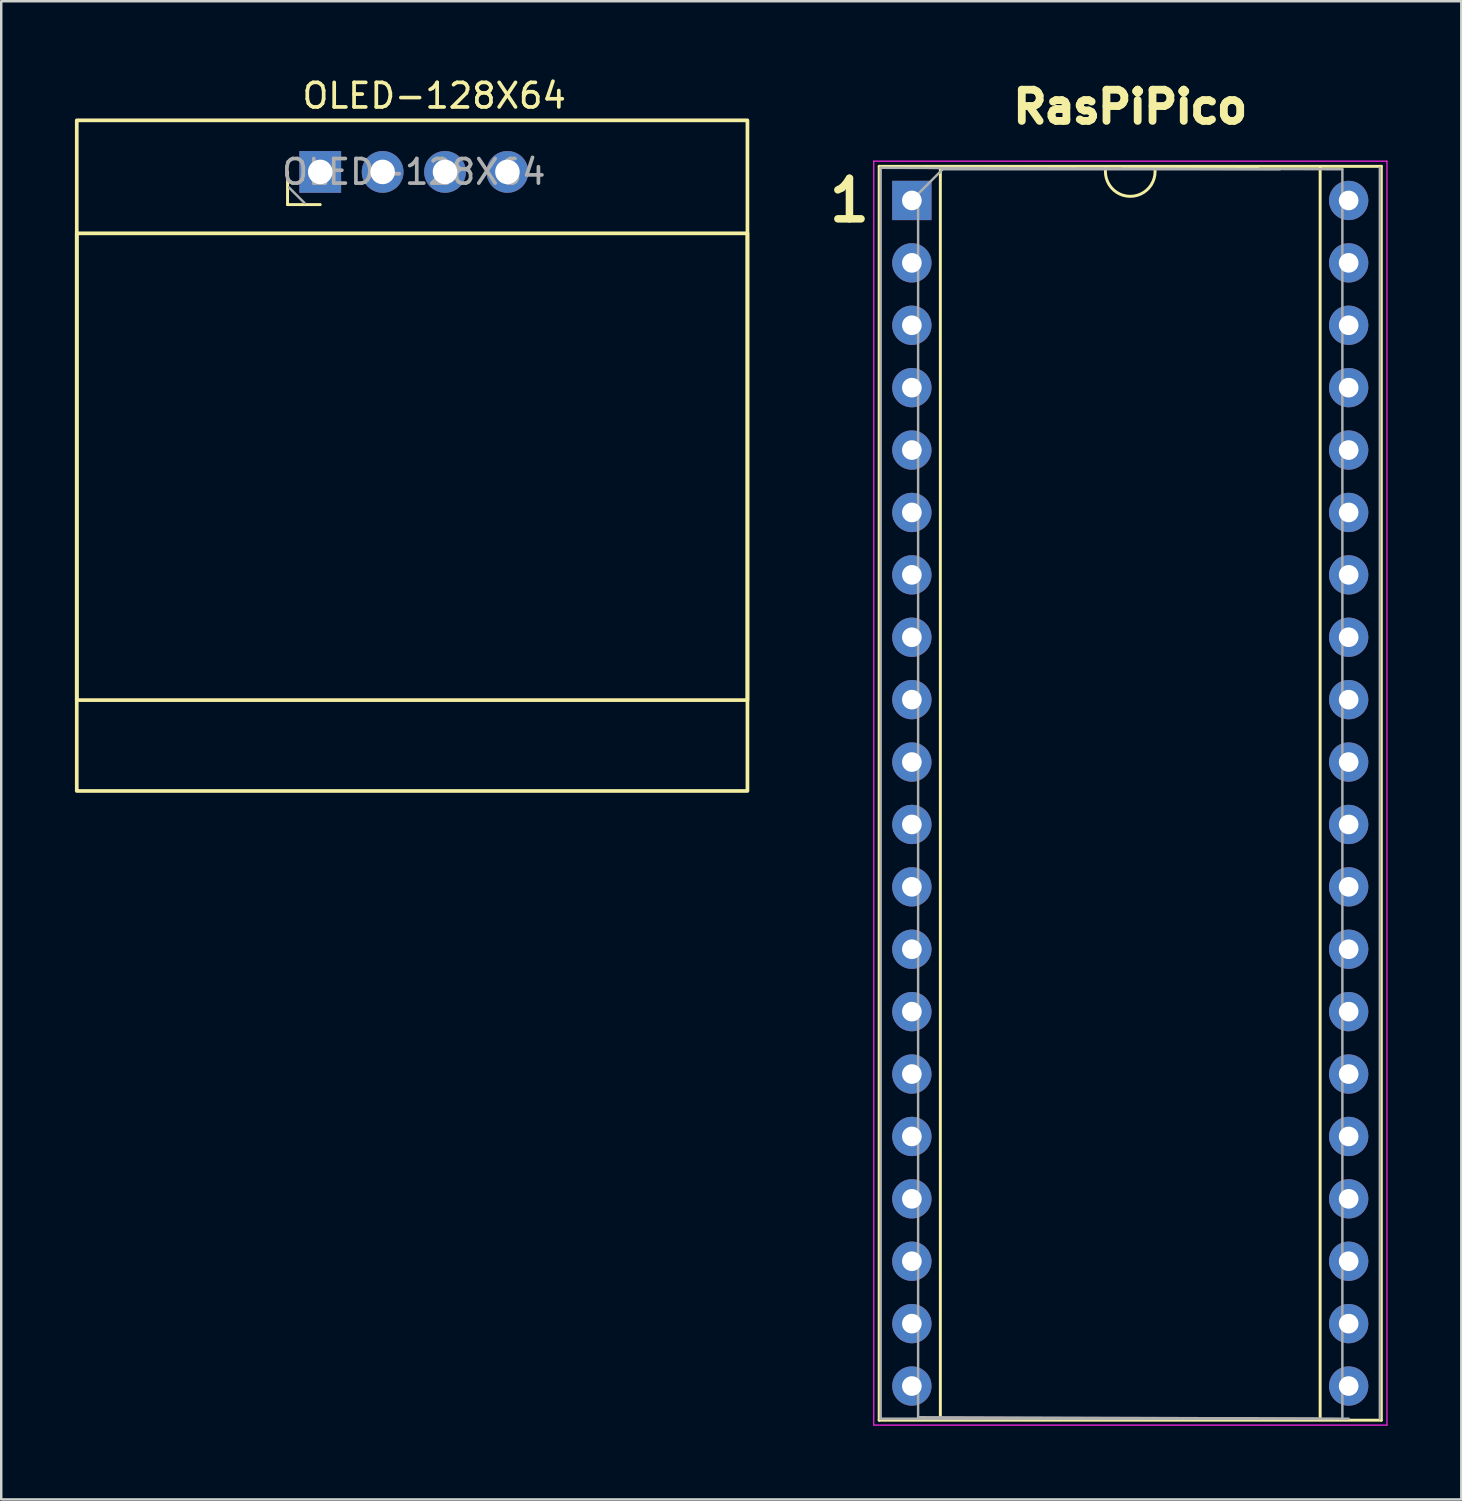
<source format=kicad_pcb>
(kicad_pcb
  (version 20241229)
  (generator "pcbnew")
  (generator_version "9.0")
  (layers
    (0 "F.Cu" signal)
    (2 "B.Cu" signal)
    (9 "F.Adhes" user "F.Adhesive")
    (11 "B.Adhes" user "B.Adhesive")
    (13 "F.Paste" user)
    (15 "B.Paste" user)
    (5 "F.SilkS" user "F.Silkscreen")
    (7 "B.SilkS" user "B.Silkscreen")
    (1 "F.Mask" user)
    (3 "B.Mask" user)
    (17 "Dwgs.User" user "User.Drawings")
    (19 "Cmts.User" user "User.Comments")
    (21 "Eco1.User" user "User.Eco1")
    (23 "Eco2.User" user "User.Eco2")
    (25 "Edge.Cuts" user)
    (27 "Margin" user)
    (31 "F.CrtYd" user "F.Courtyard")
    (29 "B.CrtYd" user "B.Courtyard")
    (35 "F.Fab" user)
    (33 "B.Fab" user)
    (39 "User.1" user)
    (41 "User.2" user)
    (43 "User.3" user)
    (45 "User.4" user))
  (footprint "OLED-128X64"
    (layer "F.Cu")
    (at 9.925 11.948)
    (property "Reference" "OLED-128X64" (at 4.7 -11.1 0) (layer "F.SilkS") (effects (font (size 1 1) (thickness 0.15))))
    (attr through_hole)
    (fp_line (start -1.27 -6.67) (end -1.27 -8) (stroke (width 0.12) (type solid)) (layer "F.SilkS"))
    (fp_line (start 0.06 -6.67) (end -1.27 -6.67) (stroke (width 0.12) (type solid)) (layer "F.SilkS"))
    (fp_rect (start -9.85 -10.1) (end 17.45 17.2) (stroke (width 0.15) (type solid)) (fill no) (layer "F.SilkS"))
    (fp_rect (start -9.85 -5.5) (end 17.45 13.5) (stroke (width 0.15) (type solid)) (fill no) (layer "F.SilkS"))
    (fp_line (start -0.575 -6.73) (end -1.21 -7.365) (stroke (width 0.1) (type solid)) (layer "F.Fab"))
    (fp_text user "${REFERENCE}" (at 3.87 -8 180) (layer "F.Fab") (effects (font (size 1 1) (thickness 0.15))))
    (pad "1" thru_hole rect (at 0.06 -8 90) (size 1.7 1.7) (drill 1) (layers "*.Cu" "*.Mask"))
    (pad "2" thru_hole oval (at 2.6 -8 90) (size 1.7 1.7) (drill 1) (layers "*.Cu" "*.Mask"))
    (pad "3" thru_hole oval (at 5.14 -8 90) (size 1.7 1.7) (drill 1) (layers "*.Cu" "*.Mask"))
    (pad "4" thru_hole oval (at 7.68 -8 90) (size 1.7 1.7) (drill 1) (layers "*.Cu" "*.Mask")))
  (footprint "RasPiPico"
    (layer "F.Cu")
    (at 34.068 5.11)
    (property "Reference" "RasPiPico" (at 8.89 -3.81 180) (layer "F.SilkS") (effects (font (size 1.27 1.27) (thickness 0.318))))
    (attr through_hole)
    (fp_line (start -1.33 -1.39) (end -1.33 49.65) (stroke (width 0.12) (type solid)) (layer "F.SilkS"))
    (fp_line (start -1.33 49.65) (end 19.11 49.65) (stroke (width 0.12) (type solid)) (layer "F.SilkS"))
    (fp_line (start 1.16 -1.33) (end 1.16 49.59) (stroke (width 0.12) (type solid)) (layer "F.SilkS"))
    (fp_line (start 1.16 49.59) (end 14.08 49.59) (stroke (width 0.12) (type solid)) (layer "F.SilkS"))
    (fp_line (start 6.62 -1.33) (end 1.16 -1.33) (stroke (width 0.12) (type solid)) (layer "F.SilkS"))
    (fp_line (start 14.08 -1.33) (end 8.62 -1.33) (stroke (width 0.12) (type solid)) (layer "F.SilkS"))
    (fp_line (start 16.62 49.59) (end 16.62 -1.33) (stroke (width 0.12) (type solid)) (layer "F.SilkS"))
    (fp_line (start 19.11 -1.39) (end -1.33 -1.39) (stroke (width 0.12) (type solid)) (layer "F.SilkS"))
    (fp_line (start 19.11 49.65) (end 19.11 -1.39) (stroke (width 0.12) (type solid)) (layer "F.SilkS"))
    (fp_arc (start 9.89 -1.33) (mid 8.89 -0.16725) (end 7.89 -1.33) (stroke (width 0.12) (type solid)) (layer "F.SilkS"))
    (fp_line (start -1.55 -1.6) (end -1.55 49.85) (stroke (width 0.05) (type solid)) (layer "F.CrtYd"))
    (fp_line (start -1.55 49.85) (end 19.34 49.85) (stroke (width 0.05) (type solid)) (layer "F.CrtYd"))
    (fp_line (start 19.34 -1.6) (end -1.55 -1.6) (stroke (width 0.05) (type solid)) (layer "F.CrtYd"))
    (fp_line (start 19.34 49.85) (end 19.34 -1.6) (stroke (width 0.05) (type solid)) (layer "F.CrtYd"))
    (fp_line (start -1.27 -1.33) (end -1.27 49.59) (stroke (width 0.1) (type solid)) (layer "F.Fab"))
    (fp_line (start -1.27 49.59) (end 16.51 49.59) (stroke (width 0.1) (type solid)) (layer "F.Fab"))
    (fp_line (start 0.255 -0.27) (end 1.255 -1.27) (stroke (width 0.1) (type solid)) (layer "F.Fab"))
    (fp_line (start 0.255 49.53) (end 0.255 -0.27) (stroke (width 0.1) (type solid)) (layer "F.Fab"))
    (fp_line (start 1.255 -1.27) (end 14.985 -1.27) (stroke (width 0.1) (type solid)) (layer "F.Fab"))
    (fp_line (start 17.525 -1.27) (end -1.27 -1.33) (stroke (width 0.1) (type solid)) (layer "F.Fab"))
    (fp_line (start 17.525 -1.27) (end 17.525 49.53) (stroke (width 0.1) (type solid)) (layer "F.Fab"))
    (fp_line (start 17.78 49.59) (end 0.255 49.53) (stroke (width 0.1) (type solid)) (layer "F.Fab"))
    (fp_line (start 19.05 49.59) (end 19.05 -1.33) (stroke (width 0.1) (type solid)) (layer "F.Fab"))
    (fp_text user "1" (at -2.54 0 0) (unlocked yes) (layer "F.SilkS") (effects (font (size 1.651 1.651) (thickness 0.305))))
    (pad "1" thru_hole rect (at 0 0) (size 1.6 1.6) (drill 0.8) (layers "*.Cu" "*.Mask"))
    (pad "2" thru_hole oval (at 0 2.54) (size 1.6 1.6) (drill 0.8) (layers "*.Cu" "*.Mask"))
    (pad "3" thru_hole oval (at 0 5.08) (size 1.6 1.6) (drill 0.8) (layers "*.Cu" "*.Mask"))
    (pad "4" thru_hole oval (at 0 7.62) (size 1.6 1.6) (drill 0.8) (layers "*.Cu" "*.Mask"))
    (pad "5" thru_hole oval (at 0 10.16) (size 1.6 1.6) (drill 0.8) (layers "*.Cu" "*.Mask"))
    (pad "6" thru_hole oval (at 0 12.7) (size 1.6 1.6) (drill 0.8) (layers "*.Cu" "*.Mask"))
    (pad "7" thru_hole oval (at 0 15.24) (size 1.6 1.6) (drill 0.8) (layers "*.Cu" "*.Mask"))
    (pad "8" thru_hole oval (at 0 17.78) (size 1.6 1.6) (drill 0.8) (layers "*.Cu" "*.Mask"))
    (pad "9" thru_hole oval (at 0 20.32) (size 1.6 1.6) (drill 0.8) (layers "*.Cu" "*.Mask"))
    (pad "10" thru_hole oval (at 0 22.86) (size 1.6 1.6) (drill 0.8) (layers "*.Cu" "*.Mask"))
    (pad "11" thru_hole oval (at 0 25.4) (size 1.6 1.6) (drill 0.8) (layers "*.Cu" "*.Mask"))
    (pad "12" thru_hole oval (at 0 27.94) (size 1.6 1.6) (drill 0.8) (layers "*.Cu" "*.Mask"))
    (pad "13" thru_hole oval (at 0 30.48) (size 1.6 1.6) (drill 0.8) (layers "*.Cu" "*.Mask"))
    (pad "14" thru_hole oval (at 0 33.02) (size 1.6 1.6) (drill 0.8) (layers "*.Cu" "*.Mask"))
    (pad "15" thru_hole oval (at 0 35.56) (size 1.6 1.6) (drill 0.8) (layers "*.Cu" "*.Mask"))
    (pad "16" thru_hole oval (at 0 38.1) (size 1.6 1.6) (drill 0.8) (layers "*.Cu" "*.Mask"))
    (pad "17" thru_hole oval (at 0 40.64) (size 1.6 1.6) (drill 0.8) (layers "*.Cu" "*.Mask"))
    (pad "18" thru_hole oval (at 0 43.18) (size 1.6 1.6) (drill 0.8) (layers "*.Cu" "*.Mask"))
    (pad "19" thru_hole oval (at 0 45.72) (size 1.6 1.6) (drill 0.8) (layers "*.Cu" "*.Mask"))
    (pad "20" thru_hole oval (at 0 48.26) (size 1.6 1.6) (drill 0.8) (layers "*.Cu" "*.Mask"))
    (pad "21" thru_hole oval (at 17.78 48.26) (size 1.6 1.6) (drill 0.8) (layers "*.Cu" "*.Mask"))
    (pad "22" thru_hole oval (at 17.78 45.72) (size 1.6 1.6) (drill 0.8) (layers "*.Cu" "*.Mask"))
    (pad "23" thru_hole oval (at 17.78 43.18) (size 1.6 1.6) (drill 0.8) (layers "*.Cu" "*.Mask"))
    (pad "24" thru_hole oval (at 17.78 40.64) (size 1.6 1.6) (drill 0.8) (layers "*.Cu" "*.Mask"))
    (pad "25" thru_hole oval (at 17.78 38.1) (size 1.6 1.6) (drill 0.8) (layers "*.Cu" "*.Mask"))
    (pad "26" thru_hole oval (at 17.78 35.56) (size 1.6 1.6) (drill 0.8) (layers "*.Cu" "*.Mask"))
    (pad "27" thru_hole oval (at 17.78 33.02) (size 1.6 1.6) (drill 0.8) (layers "*.Cu" "*.Mask"))
    (pad "28" thru_hole oval (at 17.78 30.48) (size 1.6 1.6) (drill 0.8) (layers "*.Cu" "*.Mask"))
    (pad "29" thru_hole oval (at 17.78 27.94) (size 1.6 1.6) (drill 0.8) (layers "*.Cu" "*.Mask"))
    (pad "30" thru_hole oval (at 17.78 25.4) (size 1.6 1.6) (drill 0.8) (layers "*.Cu" "*.Mask"))
    (pad "31" thru_hole oval (at 17.78 22.86) (size 1.6 1.6) (drill 0.8) (layers "*.Cu" "*.Mask"))
    (pad "32" thru_hole oval (at 17.78 20.32) (size 1.6 1.6) (drill 0.8) (layers "*.Cu" "*.Mask"))
    (pad "33" thru_hole oval (at 17.78 17.78) (size 1.6 1.6) (drill 0.8) (layers "*.Cu" "*.Mask"))
    (pad "34" thru_hole oval (at 17.78 15.24) (size 1.6 1.6) (drill 0.8) (layers "*.Cu" "*.Mask"))
    (pad "35" thru_hole oval (at 17.78 12.7) (size 1.6 1.6) (drill 0.8) (layers "*.Cu" "*.Mask"))
    (pad "36" thru_hole oval (at 17.78 10.16) (size 1.6 1.6) (drill 0.8) (layers "*.Cu" "*.Mask"))
    (pad "37" thru_hole oval (at 17.78 7.62) (size 1.6 1.6) (drill 0.8) (layers "*.Cu" "*.Mask"))
    (pad "38" thru_hole oval (at 17.78 5.08) (size 1.6 1.6) (drill 0.8) (layers "*.Cu" "*.Mask"))
    (pad "39" thru_hole oval (at 17.78 2.54) (size 1.6 1.6) (drill 0.8) (layers "*.Cu" "*.Mask"))
    (pad "40" thru_hole oval (at 17.78 0) (size 1.6 1.6) (drill 0.8) (layers "*.Cu" "*.Mask")))
  (gr_rect
    (start -3 -3)
    (end 56.433 57.985)
    (stroke (width 0.1) (type default))
    (fill no)
    (layer "Edge.Cuts")))
</source>
